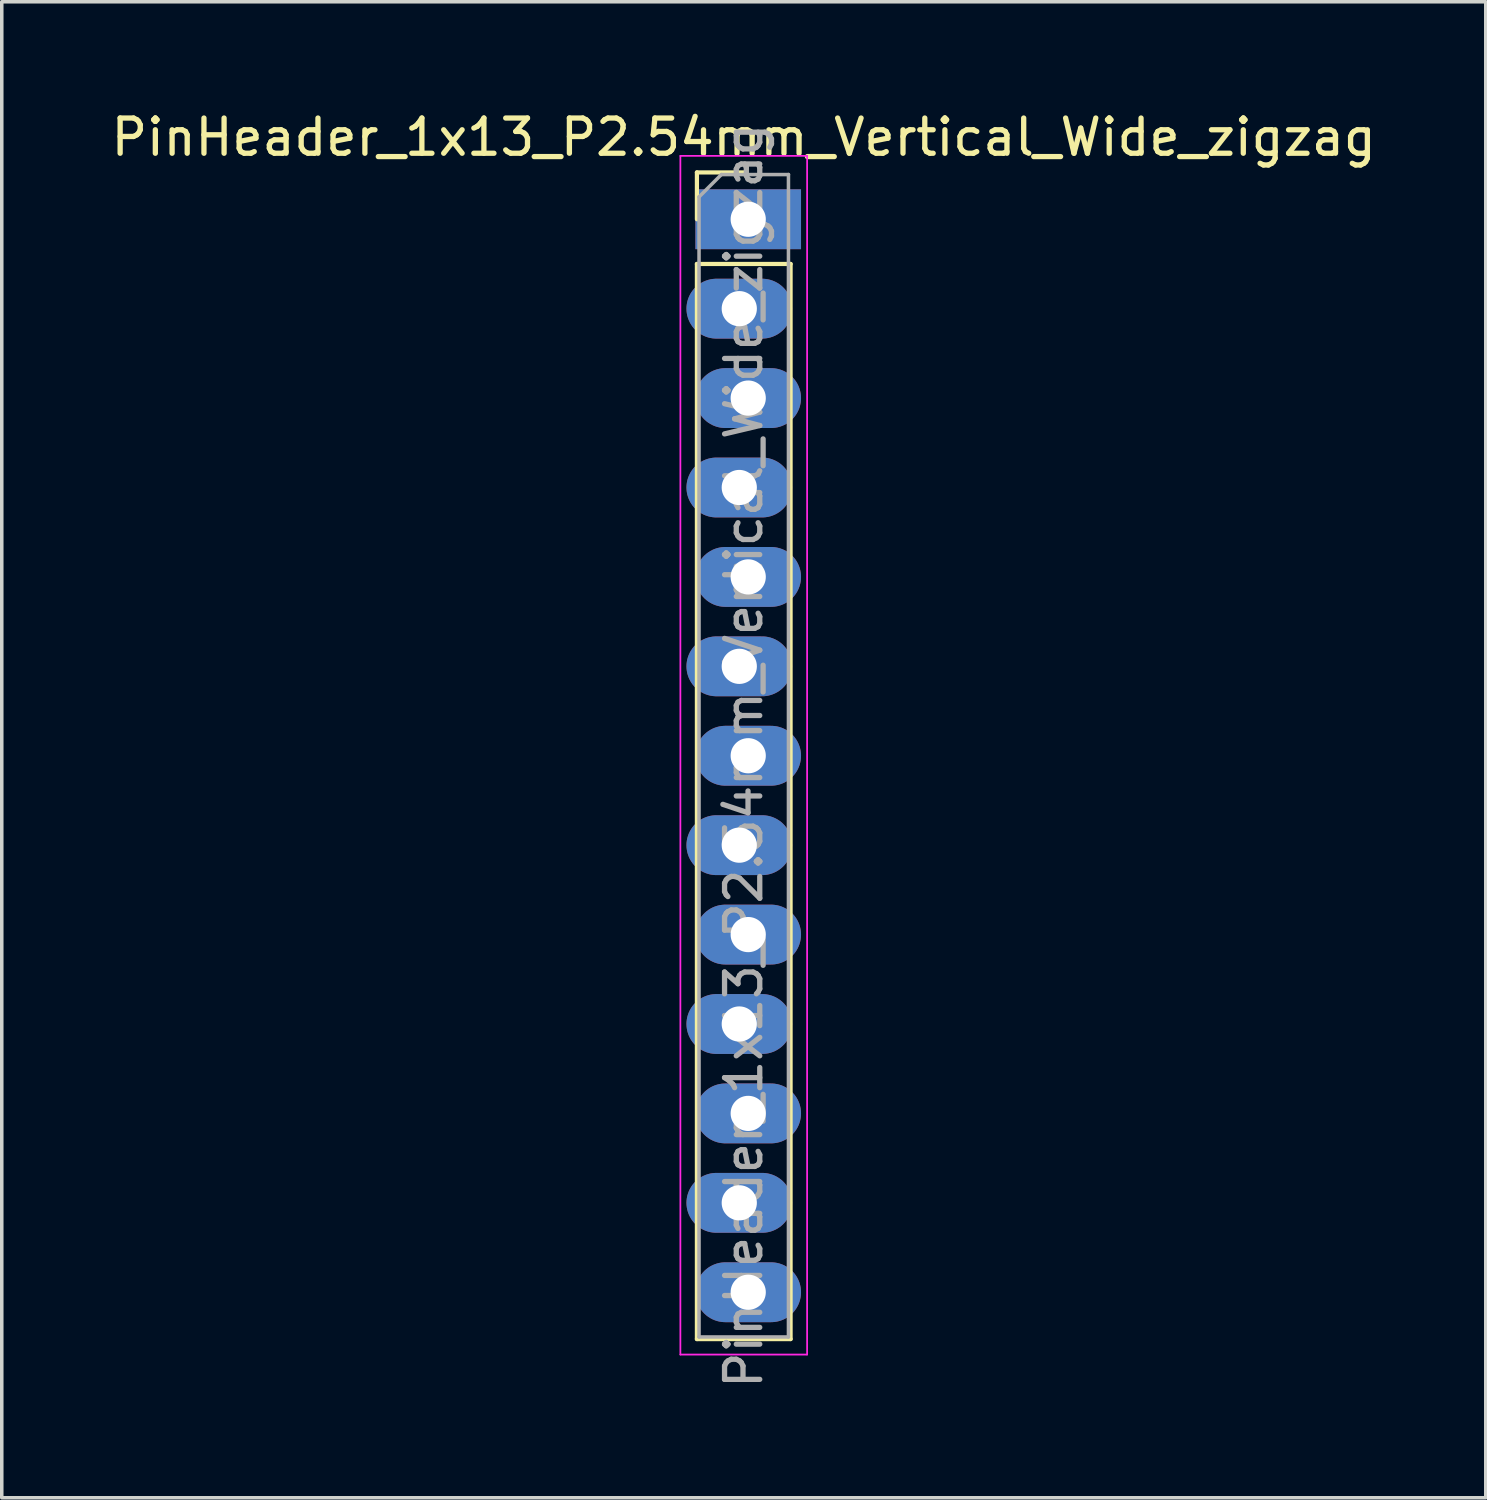
<source format=kicad_pcb>
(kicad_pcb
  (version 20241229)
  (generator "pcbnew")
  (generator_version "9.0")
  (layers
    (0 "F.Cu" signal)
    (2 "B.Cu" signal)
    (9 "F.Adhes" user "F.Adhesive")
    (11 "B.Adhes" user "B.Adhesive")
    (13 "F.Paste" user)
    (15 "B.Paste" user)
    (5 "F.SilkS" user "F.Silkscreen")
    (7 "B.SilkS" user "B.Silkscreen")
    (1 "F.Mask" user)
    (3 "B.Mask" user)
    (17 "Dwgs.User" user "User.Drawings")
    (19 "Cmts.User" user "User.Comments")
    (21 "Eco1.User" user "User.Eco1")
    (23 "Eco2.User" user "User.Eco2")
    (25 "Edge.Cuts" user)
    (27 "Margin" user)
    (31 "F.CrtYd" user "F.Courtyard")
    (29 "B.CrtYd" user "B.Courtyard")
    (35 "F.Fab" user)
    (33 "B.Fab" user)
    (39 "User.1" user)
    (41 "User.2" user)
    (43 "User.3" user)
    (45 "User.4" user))
  (footprint "PinHeader_1x13_P2.54mm_Vertical_Wide_zigzag"
    (layer "F.Cu")
    (at 18.077 3.178)
    (property "Reference" "PinHeader_1x13_P2.54mm_Vertical_Wide_zigzag" (at 0 -2.33 0) (layer "F.SilkS") (effects (font (size 1 1) (thickness 0.15))))
    (attr through_hole)
    (fp_line (start -1.33 -1.33) (end 0 -1.33) (stroke (width 0.12) (type solid)) (layer "F.SilkS"))
    (fp_line (start -1.33 0) (end -1.33 -1.33) (stroke (width 0.12) (type solid)) (layer "F.SilkS"))
    (fp_line (start -1.33 1.27) (end -1.33 31.81) (stroke (width 0.12) (type solid)) (layer "F.SilkS"))
    (fp_line (start -1.33 1.27) (end 1.33 1.27) (stroke (width 0.12) (type solid)) (layer "F.SilkS"))
    (fp_line (start -1.33 31.81) (end 1.33 31.81) (stroke (width 0.12) (type solid)) (layer "F.SilkS"))
    (fp_line (start 1.33 1.27) (end 1.33 31.81) (stroke (width 0.12) (type solid)) (layer "F.SilkS"))
    (fp_line (start -1.8 -1.8) (end -1.8 32.25) (stroke (width 0.05) (type solid)) (layer "F.CrtYd"))
    (fp_line (start -1.8 32.25) (end 1.8 32.25) (stroke (width 0.05) (type solid)) (layer "F.CrtYd"))
    (fp_line (start 1.8 -1.8) (end -1.8 -1.8) (stroke (width 0.05) (type solid)) (layer "F.CrtYd"))
    (fp_line (start 1.8 32.25) (end 1.8 -1.8) (stroke (width 0.05) (type solid)) (layer "F.CrtYd"))
    (fp_line (start -1.27 -0.635) (end -0.635 -1.27) (stroke (width 0.1) (type solid)) (layer "F.Fab"))
    (fp_line (start -1.27 31.75) (end -1.27 -0.635) (stroke (width 0.1) (type solid)) (layer "F.Fab"))
    (fp_line (start -0.635 -1.27) (end 1.27 -1.27) (stroke (width 0.1) (type solid)) (layer "F.Fab"))
    (fp_line (start 1.27 -1.27) (end 1.27 31.75) (stroke (width 0.1) (type solid)) (layer "F.Fab"))
    (fp_line (start 1.27 31.75) (end -1.27 31.75) (stroke (width 0.1) (type solid)) (layer "F.Fab"))
    (fp_text user "${REFERENCE}" (at 0 15.24 90) (layer "F.Fab") (effects (font (size 1 1) (thickness 0.15))))
    (pad "1" thru_hole rect (at 0.127 0) (size 3 1.7) (drill 1) (layers "*.Cu" "*.Mask"))
    (pad "2" thru_hole oval (at -0.127 2.54) (size 3 1.7) (drill 1) (layers "*.Cu" "*.Mask"))
    (pad "3" thru_hole oval (at 0.127 5.08) (size 3 1.7) (drill 1) (layers "*.Cu" "*.Mask"))
    (pad "4" thru_hole oval (at -0.127 7.62) (size 3 1.7) (drill 1) (layers "*.Cu" "*.Mask"))
    (pad "5" thru_hole oval (at 0.127 10.16) (size 3 1.7) (drill 1) (layers "*.Cu" "*.Mask"))
    (pad "6" thru_hole oval (at -0.127 12.7) (size 3 1.7) (drill 1) (layers "*.Cu" "*.Mask"))
    (pad "7" thru_hole oval (at 0.127 15.24) (size 3 1.7) (drill 1) (layers "*.Cu" "*.Mask"))
    (pad "8" thru_hole oval (at -0.127 17.78) (size 3 1.7) (drill 1) (layers "*.Cu" "*.Mask"))
    (pad "9" thru_hole oval (at 0.127 20.32) (size 3 1.7) (drill 1) (layers "*.Cu" "*.Mask"))
    (pad "10" thru_hole oval (at -0.127 22.86) (size 3 1.7) (drill 1) (layers "*.Cu" "*.Mask"))
    (pad "11" thru_hole oval (at 0.127 25.4) (size 3 1.7) (drill 1) (layers "*.Cu" "*.Mask"))
    (pad "12" thru_hole oval (at -0.127 27.94) (size 3 1.7) (drill 1) (layers "*.Cu" "*.Mask"))
    (pad "13" thru_hole oval (at 0.127 30.48) (size 3 1.7) (drill 1) (layers "*.Cu" "*.Mask")))
  (gr_rect
    (start -3 -3)
    (end 39.155 39.496)
    (stroke (width 0.1) (type default))
    (fill no)
    (layer "Edge.Cuts")))
</source>
